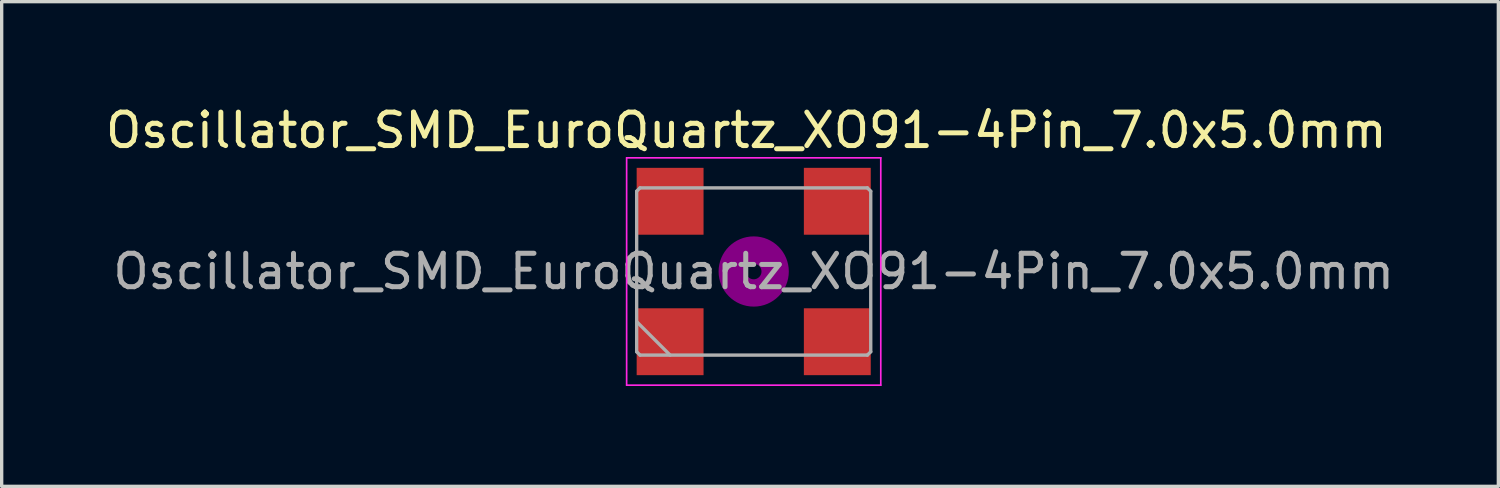
<source format=kicad_pcb>
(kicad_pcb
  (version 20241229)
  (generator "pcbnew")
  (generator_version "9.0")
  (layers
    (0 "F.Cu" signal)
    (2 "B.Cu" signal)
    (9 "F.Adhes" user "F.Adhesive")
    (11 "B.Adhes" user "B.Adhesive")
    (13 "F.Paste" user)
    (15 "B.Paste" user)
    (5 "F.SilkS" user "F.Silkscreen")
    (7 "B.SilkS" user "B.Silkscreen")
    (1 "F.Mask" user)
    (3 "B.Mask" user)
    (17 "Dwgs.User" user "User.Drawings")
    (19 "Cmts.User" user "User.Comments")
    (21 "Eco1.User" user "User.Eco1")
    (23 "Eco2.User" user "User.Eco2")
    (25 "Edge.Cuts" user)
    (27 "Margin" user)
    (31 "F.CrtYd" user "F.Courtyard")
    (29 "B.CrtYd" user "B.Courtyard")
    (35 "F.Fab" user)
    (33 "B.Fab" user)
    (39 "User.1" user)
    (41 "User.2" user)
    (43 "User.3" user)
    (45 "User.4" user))
  (footprint "Oscillator_SMD_EuroQuartz_XO91-4Pin_7.0x5.0mm"
    (layer "F.Cu")
    (at 19.489 5.069)
    (property "Reference" "Oscillator_SMD_EuroQuartz_XO91-4Pin_7.0x5.0mm" (at -0.221 -4.221 180) (layer "F.SilkS") (effects (font (size 1 1) (thickness 0.15))))
    (attr smd)
    (fp_circle (center 0 0) (end 0.233 0) (stroke (width 0.467) (type solid)) (fill no) (layer "F.Adhes"))
    (fp_circle (center 0 0) (end 0.533 0) (stroke (width 0.333) (type solid)) (fill no) (layer "F.Adhes"))
    (fp_circle (center 0 0) (end 0.833 0) (stroke (width 0.333) (type solid)) (fill no) (layer "F.Adhes"))
    (fp_circle (center 0 0) (end 1 0) (stroke (width 0.1) (type solid)) (fill no) (layer "F.Adhes"))
    (fp_line (start -3.8 -3.4) (end -3.8 3.4) (stroke (width 0.05) (type solid)) (layer "F.CrtYd"))
    (fp_line (start -3.8 3.4) (end 3.8 3.4) (stroke (width 0.05) (type solid)) (layer "F.CrtYd"))
    (fp_line (start 3.8 -3.4) (end -3.8 -3.4) (stroke (width 0.05) (type solid)) (layer "F.CrtYd"))
    (fp_line (start 3.8 3.4) (end 3.8 -3.4) (stroke (width 0.05) (type solid)) (layer "F.CrtYd"))
    (fp_line (start -3.5 -2.4) (end -3.4 -2.5) (stroke (width 0.1) (type solid)) (layer "F.Fab"))
    (fp_line (start -3.5 1.5) (end -2.5 2.5) (stroke (width 0.1) (type solid)) (layer "F.Fab"))
    (fp_line (start -3.5 2.4) (end -3.5 -2.4) (stroke (width 0.1) (type solid)) (layer "F.Fab"))
    (fp_line (start -3.4 -2.5) (end 3.4 -2.5) (stroke (width 0.1) (type solid)) (layer "F.Fab"))
    (fp_line (start -3.4 2.5) (end -3.5 2.4) (stroke (width 0.1) (type solid)) (layer "F.Fab"))
    (fp_line (start 3.4 -2.5) (end 3.5 -2.4) (stroke (width 0.1) (type solid)) (layer "F.Fab"))
    (fp_line (start 3.4 2.5) (end -3.4 2.5) (stroke (width 0.1) (type solid)) (layer "F.Fab"))
    (fp_line (start 3.5 -2.4) (end 3.5 2.4) (stroke (width 0.1) (type solid)) (layer "F.Fab"))
    (fp_line (start 3.5 2.4) (end 3.4 2.5) (stroke (width 0.1) (type solid)) (layer "F.Fab"))
    (fp_text user "${REFERENCE}" (at 0 0 180) (layer "F.Fab") (effects (font (size 1 1) (thickness 0.15))))
    (pad "1" smd rect (at -2.5 2.1) (size 2 2) (layers "F.Cu" "F.Mask" "F.Paste"))
    (pad "2" smd rect (at 2.5 2.1) (size 2 2) (layers "F.Cu" "F.Mask" "F.Paste"))
    (pad "3" smd rect (at 2.5 -2.1) (size 2 2) (layers "F.Cu" "F.Mask" "F.Paste"))
    (pad "4" smd rect (at -2.5 -2.1) (size 2 2) (layers "F.Cu" "F.Mask" "F.Paste")))
  (gr_rect
    (start -3 -3)
    (end 41.757 11.494)
    (stroke (width 0.1) (type default))
    (fill no)
    (layer "Edge.Cuts")))
</source>
